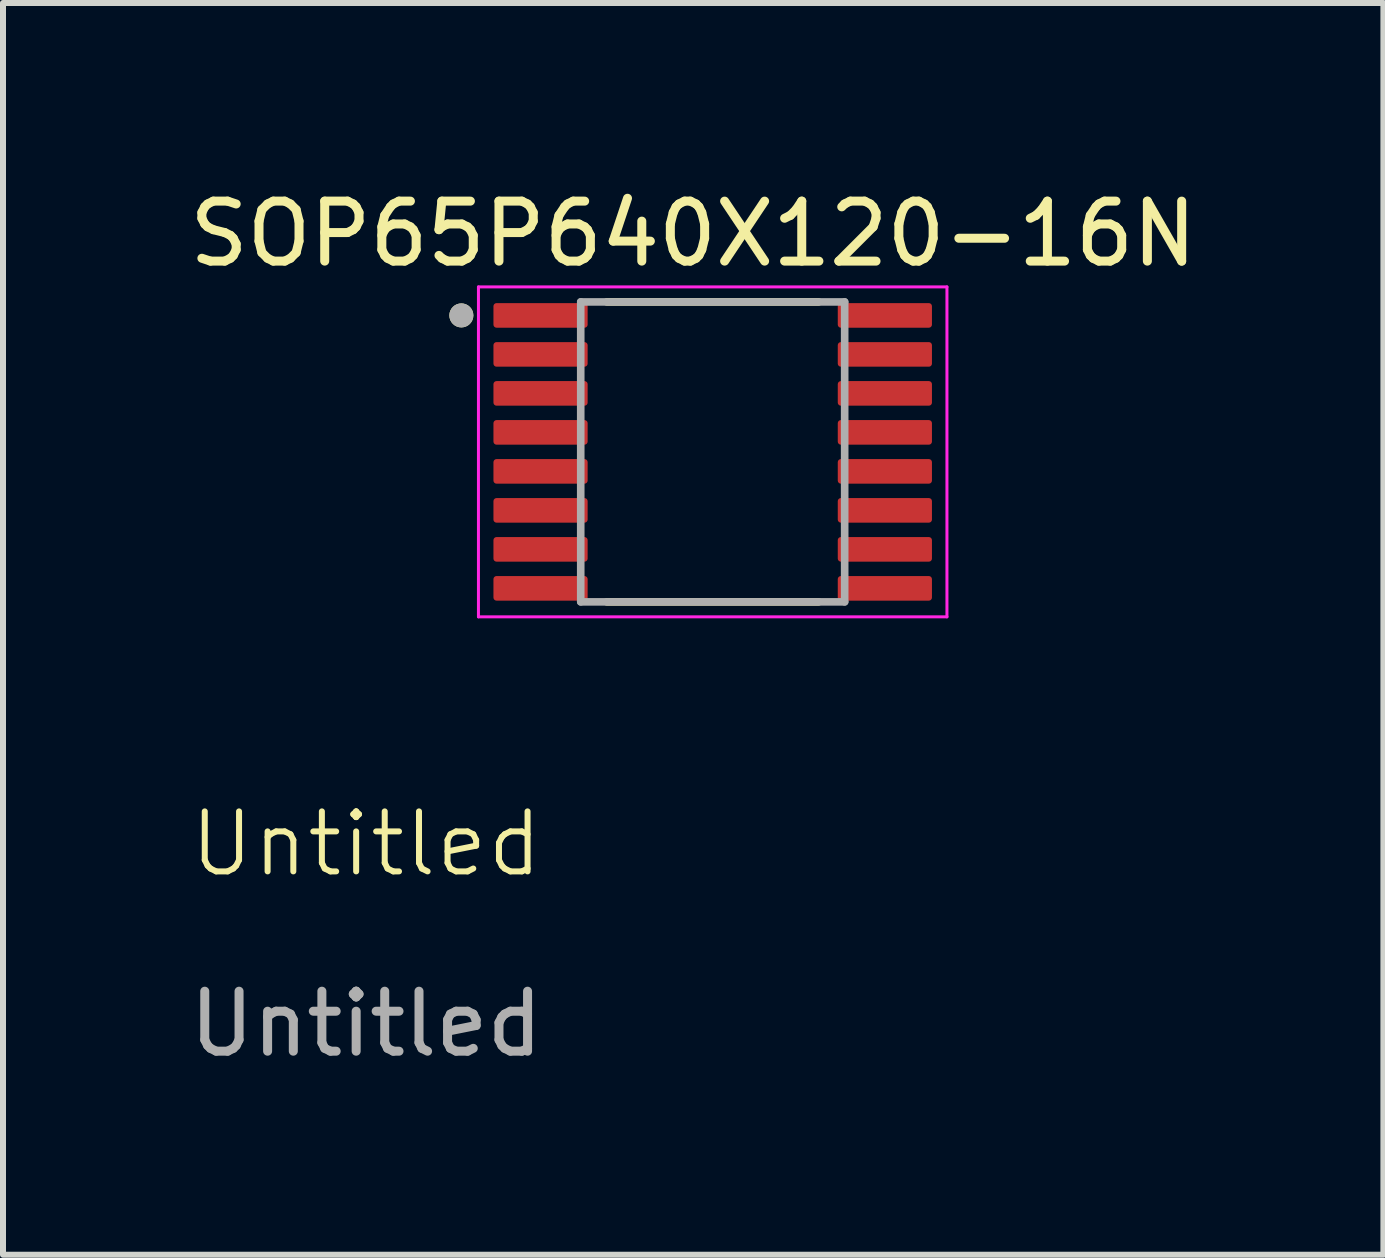
<source format=kicad_pcb>
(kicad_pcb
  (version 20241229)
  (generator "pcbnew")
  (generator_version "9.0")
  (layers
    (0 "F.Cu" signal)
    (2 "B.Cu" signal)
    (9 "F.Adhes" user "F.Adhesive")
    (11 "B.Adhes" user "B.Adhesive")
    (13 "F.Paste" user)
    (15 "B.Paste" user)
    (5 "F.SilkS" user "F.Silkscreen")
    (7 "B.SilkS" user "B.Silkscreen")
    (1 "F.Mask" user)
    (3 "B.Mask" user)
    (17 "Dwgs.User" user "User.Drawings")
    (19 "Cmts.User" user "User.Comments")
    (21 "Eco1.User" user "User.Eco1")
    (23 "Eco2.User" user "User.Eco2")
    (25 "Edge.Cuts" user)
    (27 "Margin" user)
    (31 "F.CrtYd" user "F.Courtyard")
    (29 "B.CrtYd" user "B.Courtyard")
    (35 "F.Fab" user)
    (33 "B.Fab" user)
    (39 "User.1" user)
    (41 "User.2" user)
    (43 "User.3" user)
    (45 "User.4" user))
  (footprint "SOP65P640X120-16N"
    (layer "F.Cu")
    (at 8.831 4.483)
    (property "Reference" "SOP65P640X120-16N" (at -0.325 -3.635 0) (layer "F.SilkS") (effects (font (size 1 1) (thickness 0.15))))
    (attr smd)
    (fp_line (start -1.765 -2.5) (end 1.765 -2.5) (stroke (width 0.127) (type solid)) (layer "F.SilkS"))
    (fp_line (start 1.765 2.5) (end -1.765 2.5) (stroke (width 0.127) (type solid)) (layer "F.SilkS"))
    (fp_circle (center -4.19 -2.275) (end -4.09 -2.275) (stroke (width 0.2) (type solid)) (fill no) (layer "F.SilkS"))
    (fp_line (start -3.905 -2.75) (end -3.905 2.75) (stroke (width 0.05) (type solid)) (layer "F.CrtYd"))
    (fp_line (start -3.905 -2.75) (end 3.905 -2.75) (stroke (width 0.05) (type solid)) (layer "F.CrtYd"))
    (fp_line (start -3.905 2.75) (end 3.905 2.75) (stroke (width 0.05) (type solid)) (layer "F.CrtYd"))
    (fp_line (start 3.905 -2.75) (end 3.905 2.75) (stroke (width 0.05) (type solid)) (layer "F.CrtYd"))
    (fp_line (start -2.2 -2.5) (end -2.2 2.5) (stroke (width 0.127) (type solid)) (layer "F.Fab"))
    (fp_line (start -2.2 -2.5) (end 2.2 -2.5) (stroke (width 0.127) (type solid)) (layer "F.Fab"))
    (fp_line (start -2.2 2.5) (end 2.2 2.5) (stroke (width 0.127) (type solid)) (layer "F.Fab"))
    (fp_line (start 2.2 -2.5) (end 2.2 2.5) (stroke (width 0.127) (type solid)) (layer "F.Fab"))
    (fp_circle (center -4.19 -2.275) (end -4.09 -2.275) (stroke (width 0.2) (type solid)) (fill no) (layer "F.Fab"))
    (pad "1" smd roundrect (at -2.87 -2.275) (size 1.57 0.41) (layers "F.Cu" "F.Mask" "F.Paste") (roundrect_rratio 0.125))
    (pad "2" smd roundrect (at -2.87 -1.625) (size 1.57 0.41) (layers "F.Cu" "F.Mask" "F.Paste") (roundrect_rratio 0.125))
    (pad "3" smd roundrect (at -2.87 -0.975) (size 1.57 0.41) (layers "F.Cu" "F.Mask" "F.Paste") (roundrect_rratio 0.125))
    (pad "4" smd roundrect (at -2.87 -0.325) (size 1.57 0.41) (layers "F.Cu" "F.Mask" "F.Paste") (roundrect_rratio 0.125))
    (pad "5" smd roundrect (at -2.87 0.325) (size 1.57 0.41) (layers "F.Cu" "F.Mask" "F.Paste") (roundrect_rratio 0.125))
    (pad "6" smd roundrect (at -2.87 0.975) (size 1.57 0.41) (layers "F.Cu" "F.Mask" "F.Paste") (roundrect_rratio 0.125))
    (pad "7" smd roundrect (at -2.87 1.625) (size 1.57 0.41) (layers "F.Cu" "F.Mask" "F.Paste") (roundrect_rratio 0.125))
    (pad "8" smd roundrect (at -2.87 2.275) (size 1.57 0.41) (layers "F.Cu" "F.Mask" "F.Paste") (roundrect_rratio 0.125))
    (pad "9" smd roundrect (at 2.87 2.275) (size 1.57 0.41) (layers "F.Cu" "F.Mask" "F.Paste") (roundrect_rratio 0.125))
    (pad "10" smd roundrect (at 2.87 1.625) (size 1.57 0.41) (layers "F.Cu" "F.Mask" "F.Paste") (roundrect_rratio 0.125))
    (pad "11" smd roundrect (at 2.87 0.975) (size 1.57 0.41) (layers "F.Cu" "F.Mask" "F.Paste") (roundrect_rratio 0.125))
    (pad "12" smd roundrect (at 2.87 0.325) (size 1.57 0.41) (layers "F.Cu" "F.Mask" "F.Paste") (roundrect_rratio 0.125))
    (pad "13" smd roundrect (at 2.87 -0.325) (size 1.57 0.41) (layers "F.Cu" "F.Mask" "F.Paste") (roundrect_rratio 0.125))
    (pad "14" smd roundrect (at 2.87 -0.975) (size 1.57 0.41) (layers "F.Cu" "F.Mask" "F.Paste") (roundrect_rratio 0.125))
    (pad "15" smd roundrect (at 2.87 -1.625) (size 1.57 0.41) (layers "F.Cu" "F.Mask" "F.Paste") (roundrect_rratio 0.125))
    (pad "16" smd roundrect (at 2.87 -2.275) (size 1.57 0.41) (layers "F.Cu" "F.Mask" "F.Paste") (roundrect_rratio 0.125)))
  (footprint "Untitled"
    (layer "F.Cu")
    (at 3.054 11.519)
    (property "Reference" "Untitled" (at 0 -0.5 0) (unlocked yes) (layer "F.SilkS") (effects (font (size 1 1) (thickness 0.1))))
    (attr smd)
    (fp_text user "${REFERENCE}" (at 0 2.5 0) (unlocked yes) (layer "F.Fab") (effects (font (size 1 1) (thickness 0.15)))))
  (gr_rect
    (start -3 -3)
    (end 20.012 17.867)
    (stroke (width 0.1) (type default))
    (fill no)
    (layer "Edge.Cuts")))
</source>
